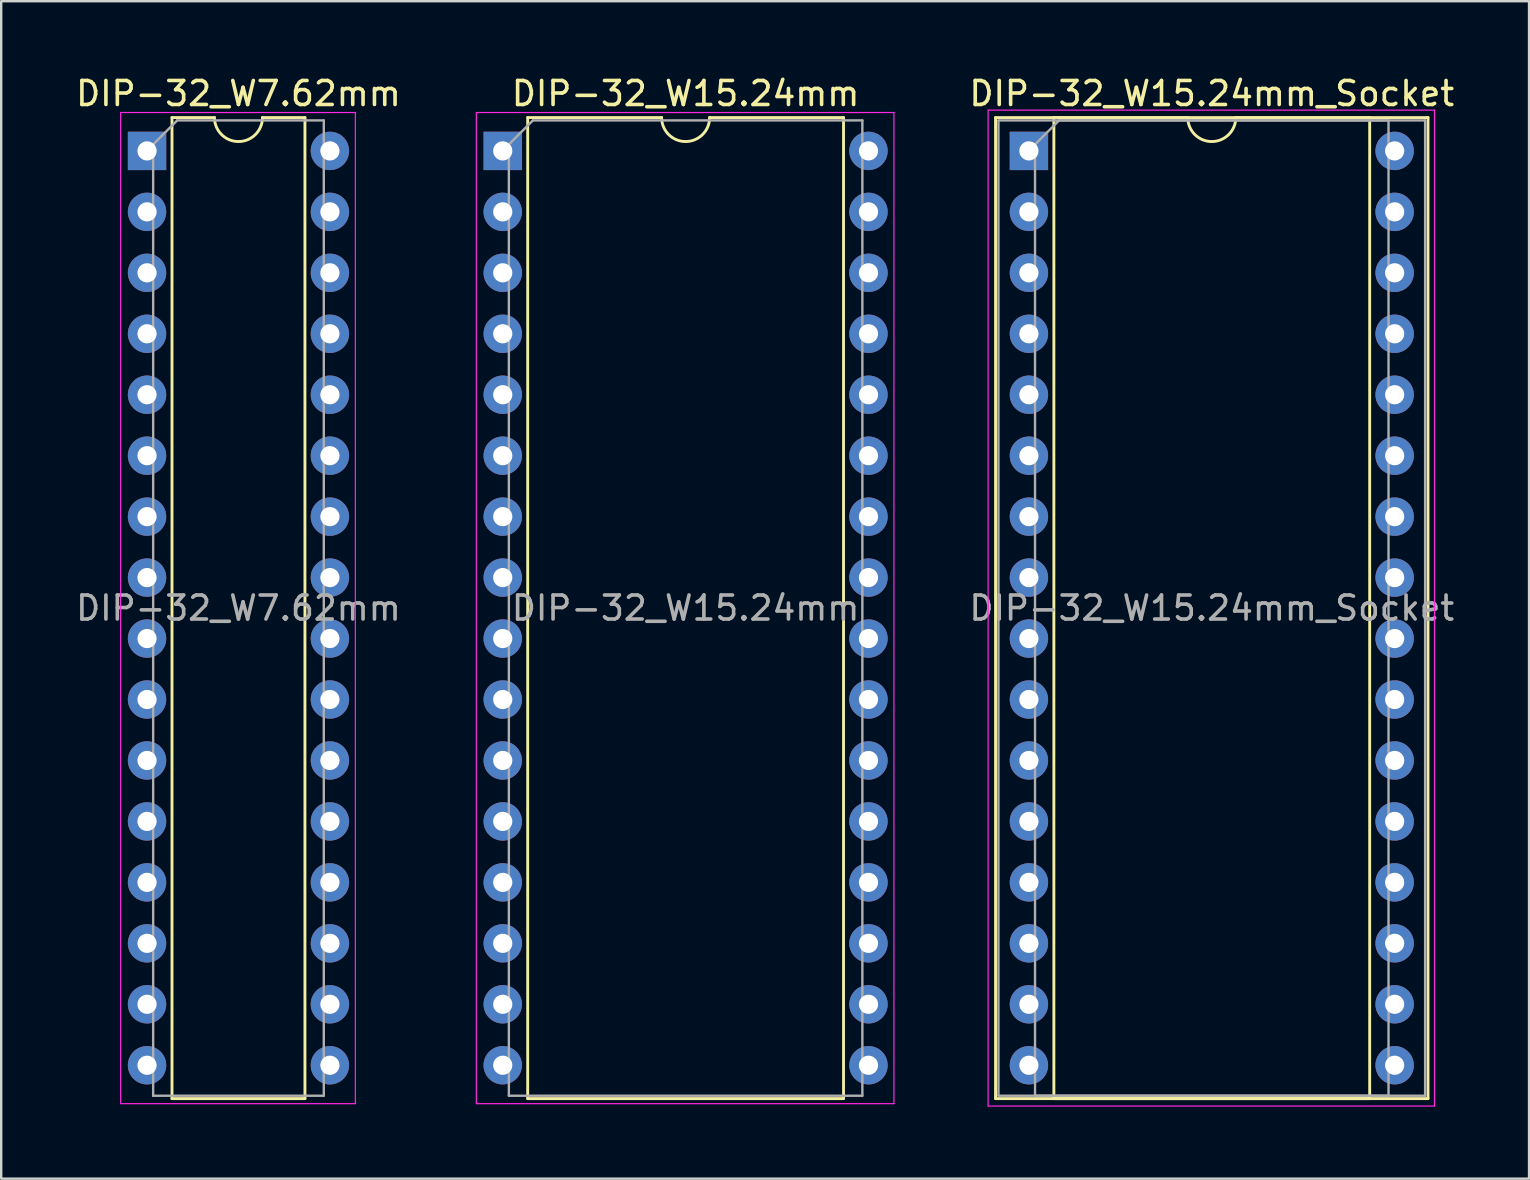
<source format=kicad_pcb>
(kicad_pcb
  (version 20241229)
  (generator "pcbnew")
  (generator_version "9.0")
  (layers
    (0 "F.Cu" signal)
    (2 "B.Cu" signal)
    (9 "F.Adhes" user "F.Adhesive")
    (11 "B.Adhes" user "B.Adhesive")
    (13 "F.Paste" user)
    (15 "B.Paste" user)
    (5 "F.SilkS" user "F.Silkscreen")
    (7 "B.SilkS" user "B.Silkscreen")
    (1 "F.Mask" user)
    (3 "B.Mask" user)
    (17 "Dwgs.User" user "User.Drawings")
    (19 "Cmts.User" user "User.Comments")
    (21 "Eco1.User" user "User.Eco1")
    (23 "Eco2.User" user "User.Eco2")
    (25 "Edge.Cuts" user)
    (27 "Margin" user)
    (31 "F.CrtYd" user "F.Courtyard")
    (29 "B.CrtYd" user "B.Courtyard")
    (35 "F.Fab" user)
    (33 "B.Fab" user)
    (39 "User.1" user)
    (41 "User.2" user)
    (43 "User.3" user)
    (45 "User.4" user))
  (footprint "DIP-32_W15.24mm_Socket"
    (layer "F.Cu")
    (at 39.824 3.238)
    (property "Reference" "DIP-32_W15.24mm_Socket" (at 7.62 -2.39 0) (layer "F.SilkS") (effects (font (size 1 1) (thickness 0.15))))
    (attr through_hole)
    (fp_line (start -1.39 -1.39) (end -1.39 39.49) (stroke (width 0.12) (type solid)) (layer "F.SilkS"))
    (fp_line (start -1.39 39.49) (end 16.63 39.49) (stroke (width 0.12) (type solid)) (layer "F.SilkS"))
    (fp_line (start 1.04 -1.39) (end 1.04 39.49) (stroke (width 0.12) (type solid)) (layer "F.SilkS"))
    (fp_line (start 1.04 39.49) (end 14.2 39.49) (stroke (width 0.12) (type solid)) (layer "F.SilkS"))
    (fp_line (start 6.62 -1.39) (end 1.04 -1.39) (stroke (width 0.12) (type solid)) (layer "F.SilkS"))
    (fp_line (start 14.2 -1.39) (end 8.62 -1.39) (stroke (width 0.12) (type solid)) (layer "F.SilkS"))
    (fp_line (start 14.2 39.49) (end 14.2 -1.39) (stroke (width 0.12) (type solid)) (layer "F.SilkS"))
    (fp_line (start 16.63 -1.39) (end -1.39 -1.39) (stroke (width 0.12) (type solid)) (layer "F.SilkS"))
    (fp_line (start 16.63 39.49) (end 16.63 -1.39) (stroke (width 0.12) (type solid)) (layer "F.SilkS"))
    (fp_arc (start 8.62 -1.39) (mid 7.62 -0.39) (end 6.62 -1.39) (stroke (width 0.12) (type solid)) (layer "F.SilkS"))
    (fp_line (start -1.7 -1.7) (end -1.7 39.8) (stroke (width 0.05) (type solid)) (layer "F.CrtYd"))
    (fp_line (start -1.7 39.8) (end 16.9 39.8) (stroke (width 0.05) (type solid)) (layer "F.CrtYd"))
    (fp_line (start 16.9 -1.7) (end -1.7 -1.7) (stroke (width 0.05) (type solid)) (layer "F.CrtYd"))
    (fp_line (start 16.9 39.8) (end 16.9 -1.7) (stroke (width 0.05) (type solid)) (layer "F.CrtYd"))
    (fp_line (start -1.27 -1.27) (end -1.27 39.37) (stroke (width 0.1) (type solid)) (layer "F.Fab"))
    (fp_line (start -1.27 39.37) (end 16.51 39.37) (stroke (width 0.1) (type solid)) (layer "F.Fab"))
    (fp_line (start 0.255 -0.27) (end 1.255 -1.27) (stroke (width 0.1) (type solid)) (layer "F.Fab"))
    (fp_line (start 0.255 39.37) (end 0.255 -0.27) (stroke (width 0.1) (type solid)) (layer "F.Fab"))
    (fp_line (start 1.255 -1.27) (end 14.985 -1.27) (stroke (width 0.1) (type solid)) (layer "F.Fab"))
    (fp_line (start 14.985 -1.27) (end 14.985 39.37) (stroke (width 0.1) (type solid)) (layer "F.Fab"))
    (fp_line (start 14.985 39.37) (end 0.255 39.37) (stroke (width 0.1) (type solid)) (layer "F.Fab"))
    (fp_line (start 16.51 -1.27) (end -1.27 -1.27) (stroke (width 0.1) (type solid)) (layer "F.Fab"))
    (fp_line (start 16.51 39.37) (end 16.51 -1.27) (stroke (width 0.1) (type solid)) (layer "F.Fab"))
    (fp_text user "${REFERENCE}" (at 7.62 19.05 0) (layer "F.Fab") (effects (font (size 1 1) (thickness 0.15))))
    (pad "1" thru_hole rect (at 0 0) (size 1.6 1.6) (drill 0.8) (layers "*.Cu" "*.Mask"))
    (pad "2" thru_hole oval (at 0 2.54) (size 1.6 1.6) (drill 0.8) (layers "*.Cu" "*.Mask"))
    (pad "3" thru_hole oval (at 0 5.08) (size 1.6 1.6) (drill 0.8) (layers "*.Cu" "*.Mask"))
    (pad "4" thru_hole oval (at 0 7.62) (size 1.6 1.6) (drill 0.8) (layers "*.Cu" "*.Mask"))
    (pad "5" thru_hole oval (at 0 10.16) (size 1.6 1.6) (drill 0.8) (layers "*.Cu" "*.Mask"))
    (pad "6" thru_hole oval (at 0 12.7) (size 1.6 1.6) (drill 0.8) (layers "*.Cu" "*.Mask"))
    (pad "7" thru_hole oval (at 0 15.24) (size 1.6 1.6) (drill 0.8) (layers "*.Cu" "*.Mask"))
    (pad "8" thru_hole oval (at 0 17.78) (size 1.6 1.6) (drill 0.8) (layers "*.Cu" "*.Mask"))
    (pad "9" thru_hole oval (at 0 20.32) (size 1.6 1.6) (drill 0.8) (layers "*.Cu" "*.Mask"))
    (pad "10" thru_hole oval (at 0 22.86) (size 1.6 1.6) (drill 0.8) (layers "*.Cu" "*.Mask"))
    (pad "11" thru_hole oval (at 0 25.4) (size 1.6 1.6) (drill 0.8) (layers "*.Cu" "*.Mask"))
    (pad "12" thru_hole oval (at 0 27.94) (size 1.6 1.6) (drill 0.8) (layers "*.Cu" "*.Mask"))
    (pad "13" thru_hole oval (at 0 30.48) (size 1.6 1.6) (drill 0.8) (layers "*.Cu" "*.Mask"))
    (pad "14" thru_hole oval (at 0 33.02) (size 1.6 1.6) (drill 0.8) (layers "*.Cu" "*.Mask"))
    (pad "15" thru_hole oval (at 0 35.56) (size 1.6 1.6) (drill 0.8) (layers "*.Cu" "*.Mask"))
    (pad "16" thru_hole oval (at 0 38.1) (size 1.6 1.6) (drill 0.8) (layers "*.Cu" "*.Mask"))
    (pad "17" thru_hole oval (at 15.24 38.1) (size 1.6 1.6) (drill 0.8) (layers "*.Cu" "*.Mask"))
    (pad "18" thru_hole oval (at 15.24 35.56) (size 1.6 1.6) (drill 0.8) (layers "*.Cu" "*.Mask"))
    (pad "19" thru_hole oval (at 15.24 33.02) (size 1.6 1.6) (drill 0.8) (layers "*.Cu" "*.Mask"))
    (pad "20" thru_hole oval (at 15.24 30.48) (size 1.6 1.6) (drill 0.8) (layers "*.Cu" "*.Mask"))
    (pad "21" thru_hole oval (at 15.24 27.94) (size 1.6 1.6) (drill 0.8) (layers "*.Cu" "*.Mask"))
    (pad "22" thru_hole oval (at 15.24 25.4) (size 1.6 1.6) (drill 0.8) (layers "*.Cu" "*.Mask"))
    (pad "23" thru_hole oval (at 15.24 22.86) (size 1.6 1.6) (drill 0.8) (layers "*.Cu" "*.Mask"))
    (pad "24" thru_hole oval (at 15.24 20.32) (size 1.6 1.6) (drill 0.8) (layers "*.Cu" "*.Mask"))
    (pad "25" thru_hole oval (at 15.24 17.78) (size 1.6 1.6) (drill 0.8) (layers "*.Cu" "*.Mask"))
    (pad "26" thru_hole oval (at 15.24 15.24) (size 1.6 1.6) (drill 0.8) (layers "*.Cu" "*.Mask"))
    (pad "27" thru_hole oval (at 15.24 12.7) (size 1.6 1.6) (drill 0.8) (layers "*.Cu" "*.Mask"))
    (pad "28" thru_hole oval (at 15.24 10.16) (size 1.6 1.6) (drill 0.8) (layers "*.Cu" "*.Mask"))
    (pad "29" thru_hole oval (at 15.24 7.62) (size 1.6 1.6) (drill 0.8) (layers "*.Cu" "*.Mask"))
    (pad "30" thru_hole oval (at 15.24 5.08) (size 1.6 1.6) (drill 0.8) (layers "*.Cu" "*.Mask"))
    (pad "31" thru_hole oval (at 15.24 2.54) (size 1.6 1.6) (drill 0.8) (layers "*.Cu" "*.Mask"))
    (pad "32" thru_hole oval (at 15.24 0) (size 1.6 1.6) (drill 0.8) (layers "*.Cu" "*.Mask")))
  (footprint "DIP-32_W15.24mm"
    (layer "F.Cu")
    (at 17.899 3.238)
    (property "Reference" "DIP-32_W15.24mm" (at 7.62 -2.39 0) (layer "F.SilkS") (effects (font (size 1 1) (thickness 0.15))))
    (attr through_hole)
    (fp_line (start 1.04 -1.39) (end 1.04 39.49) (stroke (width 0.12) (type solid)) (layer "F.SilkS"))
    (fp_line (start 1.04 39.49) (end 14.2 39.49) (stroke (width 0.12) (type solid)) (layer "F.SilkS"))
    (fp_line (start 6.62 -1.39) (end 1.04 -1.39) (stroke (width 0.12) (type solid)) (layer "F.SilkS"))
    (fp_line (start 14.2 -1.39) (end 8.62 -1.39) (stroke (width 0.12) (type solid)) (layer "F.SilkS"))
    (fp_line (start 14.2 39.49) (end 14.2 -1.39) (stroke (width 0.12) (type solid)) (layer "F.SilkS"))
    (fp_arc (start 8.62 -1.39) (mid 7.62 -0.39) (end 6.62 -1.39) (stroke (width 0.12) (type solid)) (layer "F.SilkS"))
    (fp_line (start -1.1 -1.6) (end -1.1 39.7) (stroke (width 0.05) (type solid)) (layer "F.CrtYd"))
    (fp_line (start -1.1 39.7) (end 16.3 39.7) (stroke (width 0.05) (type solid)) (layer "F.CrtYd"))
    (fp_line (start 16.3 -1.6) (end -1.1 -1.6) (stroke (width 0.05) (type solid)) (layer "F.CrtYd"))
    (fp_line (start 16.3 39.7) (end 16.3 -1.6) (stroke (width 0.05) (type solid)) (layer "F.CrtYd"))
    (fp_line (start 0.255 -0.27) (end 1.255 -1.27) (stroke (width 0.1) (type solid)) (layer "F.Fab"))
    (fp_line (start 0.255 39.37) (end 0.255 -0.27) (stroke (width 0.1) (type solid)) (layer "F.Fab"))
    (fp_line (start 1.255 -1.27) (end 14.985 -1.27) (stroke (width 0.1) (type solid)) (layer "F.Fab"))
    (fp_line (start 14.985 -1.27) (end 14.985 39.37) (stroke (width 0.1) (type solid)) (layer "F.Fab"))
    (fp_line (start 14.985 39.37) (end 0.255 39.37) (stroke (width 0.1) (type solid)) (layer "F.Fab"))
    (fp_text user "${REFERENCE}" (at 7.62 19.05 0) (layer "F.Fab") (effects (font (size 1 1) (thickness 0.15))))
    (pad "1" thru_hole rect (at 0 0) (size 1.6 1.6) (drill 0.8) (layers "*.Cu" "*.Mask"))
    (pad "2" thru_hole oval (at 0 2.54) (size 1.6 1.6) (drill 0.8) (layers "*.Cu" "*.Mask"))
    (pad "3" thru_hole oval (at 0 5.08) (size 1.6 1.6) (drill 0.8) (layers "*.Cu" "*.Mask"))
    (pad "4" thru_hole oval (at 0 7.62) (size 1.6 1.6) (drill 0.8) (layers "*.Cu" "*.Mask"))
    (pad "5" thru_hole oval (at 0 10.16) (size 1.6 1.6) (drill 0.8) (layers "*.Cu" "*.Mask"))
    (pad "6" thru_hole oval (at 0 12.7) (size 1.6 1.6) (drill 0.8) (layers "*.Cu" "*.Mask"))
    (pad "7" thru_hole oval (at 0 15.24) (size 1.6 1.6) (drill 0.8) (layers "*.Cu" "*.Mask"))
    (pad "8" thru_hole oval (at 0 17.78) (size 1.6 1.6) (drill 0.8) (layers "*.Cu" "*.Mask"))
    (pad "9" thru_hole oval (at 0 20.32) (size 1.6 1.6) (drill 0.8) (layers "*.Cu" "*.Mask"))
    (pad "10" thru_hole oval (at 0 22.86) (size 1.6 1.6) (drill 0.8) (layers "*.Cu" "*.Mask"))
    (pad "11" thru_hole oval (at 0 25.4) (size 1.6 1.6) (drill 0.8) (layers "*.Cu" "*.Mask"))
    (pad "12" thru_hole oval (at 0 27.94) (size 1.6 1.6) (drill 0.8) (layers "*.Cu" "*.Mask"))
    (pad "13" thru_hole oval (at 0 30.48) (size 1.6 1.6) (drill 0.8) (layers "*.Cu" "*.Mask"))
    (pad "14" thru_hole oval (at 0 33.02) (size 1.6 1.6) (drill 0.8) (layers "*.Cu" "*.Mask"))
    (pad "15" thru_hole oval (at 0 35.56) (size 1.6 1.6) (drill 0.8) (layers "*.Cu" "*.Mask"))
    (pad "16" thru_hole oval (at 0 38.1) (size 1.6 1.6) (drill 0.8) (layers "*.Cu" "*.Mask"))
    (pad "17" thru_hole oval (at 15.24 38.1) (size 1.6 1.6) (drill 0.8) (layers "*.Cu" "*.Mask"))
    (pad "18" thru_hole oval (at 15.24 35.56) (size 1.6 1.6) (drill 0.8) (layers "*.Cu" "*.Mask"))
    (pad "19" thru_hole oval (at 15.24 33.02) (size 1.6 1.6) (drill 0.8) (layers "*.Cu" "*.Mask"))
    (pad "20" thru_hole oval (at 15.24 30.48) (size 1.6 1.6) (drill 0.8) (layers "*.Cu" "*.Mask"))
    (pad "21" thru_hole oval (at 15.24 27.94) (size 1.6 1.6) (drill 0.8) (layers "*.Cu" "*.Mask"))
    (pad "22" thru_hole oval (at 15.24 25.4) (size 1.6 1.6) (drill 0.8) (layers "*.Cu" "*.Mask"))
    (pad "23" thru_hole oval (at 15.24 22.86) (size 1.6 1.6) (drill 0.8) (layers "*.Cu" "*.Mask"))
    (pad "24" thru_hole oval (at 15.24 20.32) (size 1.6 1.6) (drill 0.8) (layers "*.Cu" "*.Mask"))
    (pad "25" thru_hole oval (at 15.24 17.78) (size 1.6 1.6) (drill 0.8) (layers "*.Cu" "*.Mask"))
    (pad "26" thru_hole oval (at 15.24 15.24) (size 1.6 1.6) (drill 0.8) (layers "*.Cu" "*.Mask"))
    (pad "27" thru_hole oval (at 15.24 12.7) (size 1.6 1.6) (drill 0.8) (layers "*.Cu" "*.Mask"))
    (pad "28" thru_hole oval (at 15.24 10.16) (size 1.6 1.6) (drill 0.8) (layers "*.Cu" "*.Mask"))
    (pad "29" thru_hole oval (at 15.24 7.62) (size 1.6 1.6) (drill 0.8) (layers "*.Cu" "*.Mask"))
    (pad "30" thru_hole oval (at 15.24 5.08) (size 1.6 1.6) (drill 0.8) (layers "*.Cu" "*.Mask"))
    (pad "31" thru_hole oval (at 15.24 2.54) (size 1.6 1.6) (drill 0.8) (layers "*.Cu" "*.Mask"))
    (pad "32" thru_hole oval (at 15.24 0) (size 1.6 1.6) (drill 0.8) (layers "*.Cu" "*.Mask")))
  (footprint "DIP-32_W7.62mm"
    (layer "F.Cu")
    (at 3.077 3.238)
    (property "Reference" "DIP-32_W7.62mm" (at 3.81 -2.39 0) (layer "F.SilkS") (effects (font (size 1 1) (thickness 0.15))))
    (attr through_hole)
    (fp_line (start 1.04 -1.39) (end 1.04 39.49) (stroke (width 0.12) (type solid)) (layer "F.SilkS"))
    (fp_line (start 1.04 39.49) (end 6.58 39.49) (stroke (width 0.12) (type solid)) (layer "F.SilkS"))
    (fp_line (start 2.81 -1.39) (end 1.04 -1.39) (stroke (width 0.12) (type solid)) (layer "F.SilkS"))
    (fp_line (start 6.58 -1.39) (end 4.81 -1.39) (stroke (width 0.12) (type solid)) (layer "F.SilkS"))
    (fp_line (start 6.58 39.49) (end 6.58 -1.39) (stroke (width 0.12) (type solid)) (layer "F.SilkS"))
    (fp_arc (start 4.81 -1.39) (mid 3.81 -0.39) (end 2.81 -1.39) (stroke (width 0.12) (type solid)) (layer "F.SilkS"))
    (fp_line (start -1.1 -1.6) (end -1.1 39.7) (stroke (width 0.05) (type solid)) (layer "F.CrtYd"))
    (fp_line (start -1.1 39.7) (end 8.68 39.7) (stroke (width 0.05) (type solid)) (layer "F.CrtYd"))
    (fp_line (start 8.68 -1.6) (end -1.1 -1.6) (stroke (width 0.05) (type solid)) (layer "F.CrtYd"))
    (fp_line (start 8.68 39.7) (end 8.68 -1.6) (stroke (width 0.05) (type solid)) (layer "F.CrtYd"))
    (fp_line (start 0.255 -0.27) (end 1.255 -1.27) (stroke (width 0.1) (type solid)) (layer "F.Fab"))
    (fp_line (start 0.255 39.37) (end 0.255 -0.27) (stroke (width 0.1) (type solid)) (layer "F.Fab"))
    (fp_line (start 1.255 -1.27) (end 7.365 -1.27) (stroke (width 0.1) (type solid)) (layer "F.Fab"))
    (fp_line (start 7.365 -1.27) (end 7.365 39.37) (stroke (width 0.1) (type solid)) (layer "F.Fab"))
    (fp_line (start 7.365 39.37) (end 0.255 39.37) (stroke (width 0.1) (type solid)) (layer "F.Fab"))
    (fp_text user "${REFERENCE}" (at 3.81 19.05 0) (layer "F.Fab") (effects (font (size 1 1) (thickness 0.15))))
    (pad "1" thru_hole rect (at 0 0) (size 1.6 1.6) (drill 0.8) (layers "*.Cu" "*.Mask"))
    (pad "2" thru_hole oval (at 0 2.54) (size 1.6 1.6) (drill 0.8) (layers "*.Cu" "*.Mask"))
    (pad "3" thru_hole oval (at 0 5.08) (size 1.6 1.6) (drill 0.8) (layers "*.Cu" "*.Mask"))
    (pad "4" thru_hole oval (at 0 7.62) (size 1.6 1.6) (drill 0.8) (layers "*.Cu" "*.Mask"))
    (pad "5" thru_hole oval (at 0 10.16) (size 1.6 1.6) (drill 0.8) (layers "*.Cu" "*.Mask"))
    (pad "6" thru_hole oval (at 0 12.7) (size 1.6 1.6) (drill 0.8) (layers "*.Cu" "*.Mask"))
    (pad "7" thru_hole oval (at 0 15.24) (size 1.6 1.6) (drill 0.8) (layers "*.Cu" "*.Mask"))
    (pad "8" thru_hole oval (at 0 17.78) (size 1.6 1.6) (drill 0.8) (layers "*.Cu" "*.Mask"))
    (pad "9" thru_hole oval (at 0 20.32) (size 1.6 1.6) (drill 0.8) (layers "*.Cu" "*.Mask"))
    (pad "10" thru_hole oval (at 0 22.86) (size 1.6 1.6) (drill 0.8) (layers "*.Cu" "*.Mask"))
    (pad "11" thru_hole oval (at 0 25.4) (size 1.6 1.6) (drill 0.8) (layers "*.Cu" "*.Mask"))
    (pad "12" thru_hole oval (at 0 27.94) (size 1.6 1.6) (drill 0.8) (layers "*.Cu" "*.Mask"))
    (pad "13" thru_hole oval (at 0 30.48) (size 1.6 1.6) (drill 0.8) (layers "*.Cu" "*.Mask"))
    (pad "14" thru_hole oval (at 0 33.02) (size 1.6 1.6) (drill 0.8) (layers "*.Cu" "*.Mask"))
    (pad "15" thru_hole oval (at 0 35.56) (size 1.6 1.6) (drill 0.8) (layers "*.Cu" "*.Mask"))
    (pad "16" thru_hole oval (at 0 38.1) (size 1.6 1.6) (drill 0.8) (layers "*.Cu" "*.Mask"))
    (pad "17" thru_hole oval (at 7.62 38.1) (size 1.6 1.6) (drill 0.8) (layers "*.Cu" "*.Mask"))
    (pad "18" thru_hole oval (at 7.62 35.56) (size 1.6 1.6) (drill 0.8) (layers "*.Cu" "*.Mask"))
    (pad "19" thru_hole oval (at 7.62 33.02) (size 1.6 1.6) (drill 0.8) (layers "*.Cu" "*.Mask"))
    (pad "20" thru_hole oval (at 7.62 30.48) (size 1.6 1.6) (drill 0.8) (layers "*.Cu" "*.Mask"))
    (pad "21" thru_hole oval (at 7.62 27.94) (size 1.6 1.6) (drill 0.8) (layers "*.Cu" "*.Mask"))
    (pad "22" thru_hole oval (at 7.62 25.4) (size 1.6 1.6) (drill 0.8) (layers "*.Cu" "*.Mask"))
    (pad "23" thru_hole oval (at 7.62 22.86) (size 1.6 1.6) (drill 0.8) (layers "*.Cu" "*.Mask"))
    (pad "24" thru_hole oval (at 7.62 20.32) (size 1.6 1.6) (drill 0.8) (layers "*.Cu" "*.Mask"))
    (pad "25" thru_hole oval (at 7.62 17.78) (size 1.6 1.6) (drill 0.8) (layers "*.Cu" "*.Mask"))
    (pad "26" thru_hole oval (at 7.62 15.24) (size 1.6 1.6) (drill 0.8) (layers "*.Cu" "*.Mask"))
    (pad "27" thru_hole oval (at 7.62 12.7) (size 1.6 1.6) (drill 0.8) (layers "*.Cu" "*.Mask"))
    (pad "28" thru_hole oval (at 7.62 10.16) (size 1.6 1.6) (drill 0.8) (layers "*.Cu" "*.Mask"))
    (pad "29" thru_hole oval (at 7.62 7.62) (size 1.6 1.6) (drill 0.8) (layers "*.Cu" "*.Mask"))
    (pad "30" thru_hole oval (at 7.62 5.08) (size 1.6 1.6) (drill 0.8) (layers "*.Cu" "*.Mask"))
    (pad "31" thru_hole oval (at 7.62 2.54) (size 1.6 1.6) (drill 0.8) (layers "*.Cu" "*.Mask"))
    (pad "32" thru_hole oval (at 7.62 0) (size 1.6 1.6) (drill 0.8) (layers "*.Cu" "*.Mask")))
  (gr_rect
    (start -3 -3)
    (end 60.664 46.063)
    (stroke (width 0.1) (type default))
    (fill no)
    (layer "Edge.Cuts")))
</source>
